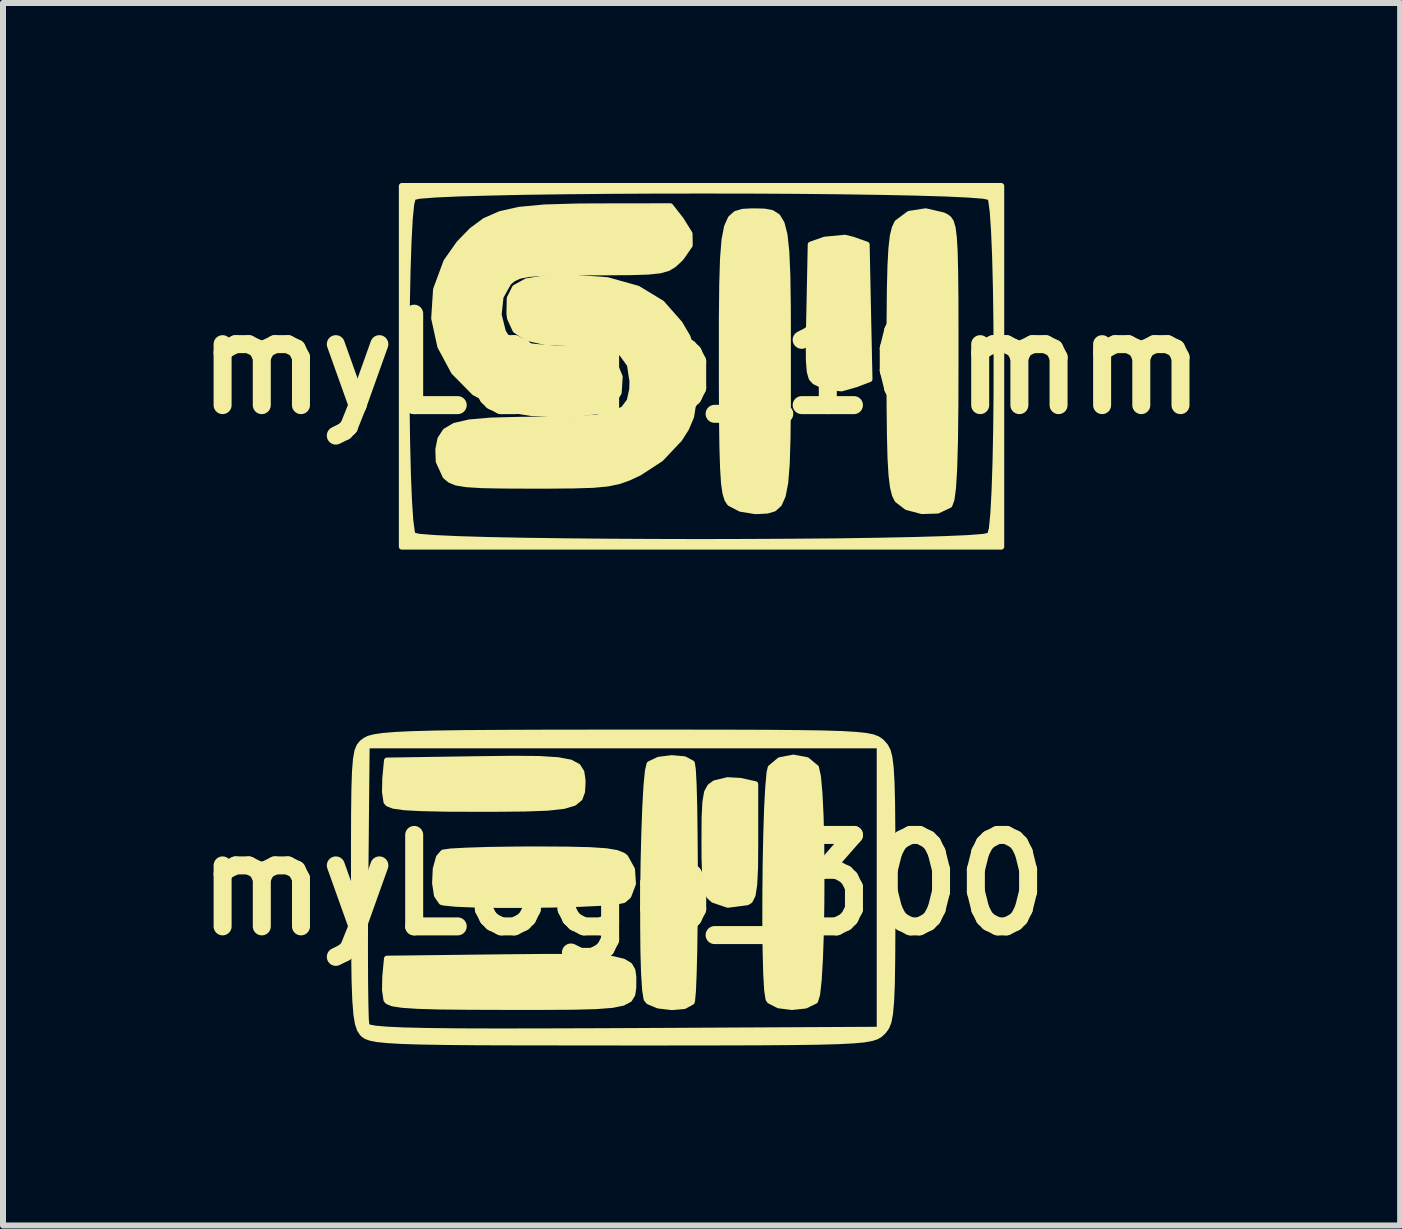
<source format=kicad_pcb>
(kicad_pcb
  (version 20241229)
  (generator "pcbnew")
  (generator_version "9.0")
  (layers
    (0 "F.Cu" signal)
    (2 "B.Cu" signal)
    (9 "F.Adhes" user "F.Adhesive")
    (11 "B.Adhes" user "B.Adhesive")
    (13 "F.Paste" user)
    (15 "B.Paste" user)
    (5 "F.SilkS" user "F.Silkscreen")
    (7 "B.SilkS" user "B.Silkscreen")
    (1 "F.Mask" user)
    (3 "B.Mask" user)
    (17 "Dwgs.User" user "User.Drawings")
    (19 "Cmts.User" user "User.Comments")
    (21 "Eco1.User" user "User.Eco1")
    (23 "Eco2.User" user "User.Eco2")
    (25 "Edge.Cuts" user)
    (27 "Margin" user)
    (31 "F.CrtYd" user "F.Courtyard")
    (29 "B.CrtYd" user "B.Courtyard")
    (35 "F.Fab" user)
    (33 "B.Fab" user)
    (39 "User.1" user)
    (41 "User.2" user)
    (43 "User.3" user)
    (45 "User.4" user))
  (footprint "myLogo_300"
    (layer "F.Cu")
    (at 7.337 11.701)
    (property "Reference" "myLogo_300" (at 0 0 0) (layer "F.SilkS") (effects (font (size 1.524 1.524) (thickness 0.3))))
    (attr through_hole)
    (fp_poly (pts (xy 2.201 -0.722) (xy 2.198 -0.295) (xy 2.184 -0.008) (xy 2.157 0.167) (xy 2.112 0.258) (xy 2.067 0.287) (xy 1.744 0.329) (xy 1.503 0.247) (xy 1.435 0.184) (xy 1.391 0.07) (xy 1.367 -0.129) (xy 1.356 -0.445) (xy 1.355 -0.721) (xy 1.357 -1.12) (xy 1.37 -1.383) (xy 1.398 -1.545) (xy 1.448 -1.637) (xy 1.525 -1.694) (xy 1.529 -1.696) (xy 1.739 -1.747) (xy 1.952 -1.735) (xy 2.201 -1.68) (xy 2.201 -0.722)) (stroke (width 0.1) (type solid)) (fill yes) (layer "F.SilkS"))
    (fp_poly (pts (xy -0.677 -1.7) (xy -0.686 -1.554) (xy -0.726 -1.446) (xy -0.82 -1.369) (xy -0.989 -1.319) (xy -1.255 -1.289) (xy -1.638 -1.275) (xy -2.162 -1.27) (xy -2.39 -1.27) (xy -2.95 -1.272) (xy -3.361 -1.281) (xy -3.646 -1.296) (xy -3.825 -1.321) (xy -3.919 -1.357) (xy -3.946 -1.389) (xy -3.97 -1.552) (xy -3.965 -1.783) (xy -3.964 -1.791) (xy -3.937 -2.074) (xy -2.424 -2.097) (xy -1.838 -2.104) (xy -1.399 -2.1) (xy -1.087 -2.08) (xy -0.88 -2.041) (xy -0.757 -1.976) (xy -0.697 -1.881) (xy -0.678 -1.751) (xy -0.677 -1.7)) (stroke (width 0.1) (type solid)) (fill yes) (layer "F.SilkS"))
    (fp_poly (pts (xy 0.163 -0.022) (xy 0.087 0.18) (xy 0.006 0.251) (xy -0.125 0.277) (xy -0.39 0.298) (xy -0.752 0.315) (xy -1.177 0.326) (xy -1.628 0.332) (xy -2.07 0.332) (xy -2.468 0.326) (xy -2.785 0.313) (xy -2.986 0.293) (xy -3.027 0.283) (xy -3.104 0.172) (xy -3.135 -0.033) (xy -3.124 -0.267) (xy -3.071 -0.46) (xy -2.999 -0.541) (xy -2.872 -0.559) (xy -2.607 -0.573) (xy -2.237 -0.585) (xy -1.793 -0.591) (xy -1.481 -0.593) (xy -0.947 -0.59) (xy -0.558 -0.581) (xy -0.288 -0.563) (xy -0.112 -0.534) (xy -0.005 -0.492) (xy 0.036 -0.46) (xy 0.147 -0.259) (xy 0.163 -0.022)) (stroke (width 0.1) (type solid)) (fill yes) (layer "F.SilkS"))
    (fp_poly (pts (xy 0.169 1.57) (xy 0.168 1.713) (xy 0.152 1.823) (xy 0.102 1.905) (xy -0.004 1.962) (xy -0.183 1.998) (xy -0.456 2.019) (xy -0.842 2.029) (xy -1.362 2.032) (xy -1.917 2.032) (xy -2.565 2.03) (xy -3.063 2.025) (xy -3.429 2.014) (xy -3.682 1.997) (xy -3.84 1.973) (xy -3.923 1.94) (xy -3.946 1.913) (xy -3.97 1.75) (xy -3.965 1.519) (xy -3.964 1.511) (xy -3.937 1.228) (xy -2 1.205) (xy -1.338 1.199) (xy -0.826 1.199) (xy -0.445 1.211) (xy -0.176 1.235) (xy 0.001 1.277) (xy 0.105 1.339) (xy 0.154 1.423) (xy 0.169 1.535) (xy 0.169 1.57)) (stroke (width 0.1) (type solid)) (fill yes) (layer "F.SilkS"))
    (fp_poly (pts (xy 3.305 -0.208) (xy 3.303 0.297) (xy 3.295 0.783) (xy 3.28 1.22) (xy 3.259 1.578) (xy 3.232 1.825) (xy 3.2 1.93) (xy 3.038 2.009) (xy 2.812 2.033) (xy 2.59 2.005) (xy 2.442 1.929) (xy 2.422 1.898) (xy 2.4 1.755) (xy 2.384 1.477) (xy 2.374 1.094) (xy 2.369 0.64) (xy 2.37 0.143) (xy 2.375 -0.363) (xy 2.385 -0.849) (xy 2.399 -1.283) (xy 2.418 -1.633) (xy 2.439 -1.869) (xy 2.458 -1.953) (xy 2.61 -2.08) (xy 2.836 -2.123) (xy 3.061 -2.081) (xy 3.214 -1.954) (xy 3.214 -1.953) (xy 3.246 -1.81) (xy 3.271 -1.533) (xy 3.29 -1.154) (xy 3.301 -0.702) (xy 3.305 -0.208)) (stroke (width 0.1) (type solid)) (fill yes) (layer "F.SilkS"))
    (fp_poly (pts (xy 1.194 0.12) (xy 1.191 0.62) (xy 1.185 1.08) (xy 1.175 1.471) (xy 1.163 1.764) (xy 1.148 1.928) (xy 1.141 1.95) (xy 1.016 2.018) (xy 0.807 2.035) (xy 0.585 2.008) (xy 0.424 1.941) (xy 0.39 1.898) (xy 0.366 1.75) (xy 0.348 1.47) (xy 0.337 1.089) (xy 0.333 0.636) (xy 0.334 0.142) (xy 0.34 -0.364) (xy 0.352 -0.851) (xy 0.368 -1.29) (xy 0.388 -1.65) (xy 0.412 -1.901) (xy 0.439 -2.014) (xy 0.44 -2.015) (xy 0.592 -2.087) (xy 0.812 -2.114) (xy 1.021 -2.095) (xy 1.145 -2.029) (xy 1.161 -1.921) (xy 1.174 -1.672) (xy 1.184 -1.314) (xy 1.19 -0.876) (xy 1.194 -0.388) (xy 1.194 0.12)) (stroke (width 0.1) (type solid)) (fill yes) (layer "F.SilkS"))
    (fp_poly (pts (xy 4.487 0.042) (xy 4.487 0.719) (xy 4.484 1.246) (xy 4.478 1.645) (xy 4.466 1.936) (xy 4.448 2.14) (xy 4.423 2.276) (xy 4.388 2.366) (xy 4.342 2.43) (xy 4.318 2.455) (xy 4.276 2.493) (xy 4.276 2.413) (xy 4.276 0.042) (xy 4.276 -2.328) (xy 0 -2.328) (xy -4.276 -2.328) (xy -4.298 -0.044) (xy -4.303 0.565) (xy -4.304 1.121) (xy -4.302 1.601) (xy -4.297 1.981) (xy -4.29 2.238) (xy -4.279 2.349) (xy -4.279 2.349) (xy -4.238 2.374) (xy -4.128 2.395) (xy -3.937 2.411) (xy -3.654 2.424) (xy -3.265 2.433) (xy -2.76 2.439) (xy -2.126 2.441) (xy -1.352 2.44) (xy -0.426 2.437) (xy 0.019 2.435) (xy 4.276 2.413) (xy 4.276 2.493) (xy 4.275 2.494) (xy 4.219 2.526) (xy 4.137 2.552) (xy 4.013 2.574) (xy 3.833 2.59) (xy 3.582 2.603) (xy 3.247 2.612) (xy 2.812 2.618) (xy 2.264 2.622) (xy 1.587 2.624) (xy 0.767 2.625) (xy -0.029 2.625) (xy -0.98 2.624) (xy -1.776 2.623) (xy -2.431 2.621) (xy -2.96 2.616) (xy -3.377 2.609) (xy -3.696 2.599) (xy -3.933 2.585) (xy -4.1 2.568) (xy -4.212 2.546) (xy -4.285 2.519) (xy -4.331 2.486) (xy -4.347 2.47) (xy -4.389 2.406) (xy -4.422 2.307) (xy -4.447 2.153) (xy -4.465 1.924) (xy -4.477 1.601) (xy -4.483 1.163) (xy -4.487 0.592) (xy -4.487 0.019) (xy -4.487 -0.663) (xy -4.485 -1.196) (xy -4.48 -1.6) (xy -4.47 -1.893) (xy -4.454 -2.097) (xy -4.43 -2.231) (xy -4.396 -2.314) (xy -4.352 -2.368) (xy -4.299 -2.408) (xy -4.239 -2.439) (xy -4.142 -2.464) (xy -3.996 -2.485) (xy -3.785 -2.502) (xy -3.496 -2.515) (xy -3.114 -2.525) (xy -2.625 -2.532) (xy -2.016 -2.536) (xy -1.27 -2.539) (xy -0.376 -2.54) (xy 0.019 -2.54) (xy 0.962 -2.54) (xy 1.75 -2.539) (xy 2.398 -2.537) (xy 2.921 -2.532) (xy 3.332 -2.526) (xy 3.647 -2.516) (xy 3.88 -2.502) (xy 4.046 -2.485) (xy 4.159 -2.462) (xy 4.234 -2.434) (xy 4.286 -2.4) (xy 4.318 -2.371) (xy 4.369 -2.312) (xy 4.409 -2.236) (xy 4.438 -2.122) (xy 4.459 -1.95) (xy 4.473 -1.7) (xy 4.482 -1.351) (xy 4.486 -0.882) (xy 4.487 -0.273) (xy 4.487 0.042)) (stroke (width 0.1) (type solid)) (fill yes) (layer "F.SilkS")))
  (footprint "myLogo_10mm"
    (layer "F.Cu")
    (at 8.643 3.013)
    (property "Reference" "myLogo_10mm" (at 0 0 0) (layer "F.SilkS") (effects (font (size 1.524 1.524) (thickness 0.3))))
    (attr through_hole)
    (fp_poly (pts (xy 2.799 0.256) (xy 2.579 0.34) (xy 2.334 0.41) (xy 2.124 0.391) (xy 1.966 0.335) (xy 1.888 0.297) (xy 1.835 0.239) (xy 1.804 0.131) (xy 1.789 -0.054) (xy 1.787 -0.347) (xy 1.795 -0.776) (xy 1.797 -0.864) (xy 1.82 -1.986) (xy 2.053 -2.068) (xy 2.388 -2.1) (xy 2.519 -2.068) (xy 2.752 -1.986) (xy 2.775 -0.865) (xy 2.799 0.256)) (stroke (width 0.1) (type solid)) (fill yes) (layer "F.SilkS"))
    (fp_poly (pts (xy 4.233 -0.056) (xy 4.231 0.697) (xy 4.224 1.293) (xy 4.211 1.744) (xy 4.192 2.063) (xy 4.166 2.262) (xy 4.133 2.352) (xy 4.132 2.354) (xy 3.936 2.447) (xy 3.673 2.455) (xy 3.421 2.388) (xy 3.264 2.267) (xy 3.223 2.184) (xy 3.191 2.056) (xy 3.167 1.861) (xy 3.15 1.581) (xy 3.14 1.193) (xy 3.134 0.679) (xy 3.133 0.018) (xy 3.133 -0.042) (xy 3.134 -0.717) (xy 3.139 -1.242) (xy 3.149 -1.638) (xy 3.165 -1.927) (xy 3.188 -2.127) (xy 3.22 -2.26) (xy 3.261 -2.346) (xy 3.264 -2.352) (xy 3.461 -2.498) (xy 3.735 -2.541) (xy 4.025 -2.474) (xy 4.07 -2.452) (xy 4.118 -2.419) (xy 4.156 -2.363) (xy 4.185 -2.265) (xy 4.205 -2.107) (xy 4.219 -1.868) (xy 4.227 -1.529) (xy 4.232 -1.071) (xy 4.233 -0.475) (xy 4.233 -0.056)) (stroke (width 0.1) (type solid)) (fill yes) (layer "F.SilkS"))
    (fp_poly (pts (xy 1.439 -0.042) (xy 1.439 0.673) (xy 1.433 1.236) (xy 1.42 1.666) (xy 1.395 1.981) (xy 1.353 2.199) (xy 1.291 2.337) (xy 1.206 2.414) (xy 1.092 2.447) (xy 0.946 2.455) (xy 0.889 2.455) (xy 0.652 2.417) (xy 0.474 2.325) (xy 0.472 2.322) (xy 0.431 2.261) (xy 0.399 2.158) (xy 0.375 1.991) (xy 0.359 1.743) (xy 0.348 1.393) (xy 0.341 0.922) (xy 0.339 0.311) (xy 0.339 -0.042) (xy 0.339 -0.757) (xy 0.345 -1.321) (xy 0.358 -1.751) (xy 0.383 -2.066) (xy 0.425 -2.283) (xy 0.487 -2.421) (xy 0.572 -2.498) (xy 0.686 -2.532) (xy 0.832 -2.54) (xy 0.889 -2.54) (xy 1.047 -2.536) (xy 1.171 -2.513) (xy 1.265 -2.453) (xy 1.335 -2.338) (xy 1.383 -2.149) (xy 1.413 -1.868) (xy 1.43 -1.479) (xy 1.438 -0.962) (xy 1.439 -0.3) (xy 1.439 -0.042)) (stroke (width 0.1) (type solid)) (fill yes) (layer "F.SilkS"))
    (fp_poly (pts (xy -0.197 -1.976) (xy -0.338 -1.772) (xy -0.377 -1.732) (xy -0.465 -1.651) (xy -0.56 -1.594) (xy -0.692 -1.557) (xy -0.891 -1.536) (xy -1.187 -1.527) (xy -1.611 -1.524) (xy -1.816 -1.524) (xy -2.303 -1.522) (xy -2.65 -1.514) (xy -2.886 -1.496) (xy -3.041 -1.465) (xy -3.143 -1.417) (xy -3.217 -1.355) (xy -3.35 -1.117) (xy -3.382 -0.817) (xy -3.311 -0.533) (xy -3.267 -0.461) (xy -3.178 -0.378) (xy -3.031 -0.322) (xy -2.791 -0.283) (xy -2.421 -0.253) (xy -2.367 -0.25) (xy -1.978 -0.22) (xy -1.722 -0.181) (xy -1.566 -0.126) (xy -1.475 -0.047) (xy -1.472 -0.043) (xy -1.364 0.216) (xy -1.381 0.483) (xy -1.515 0.694) (xy -1.543 0.715) (xy -1.747 0.79) (xy -2.065 0.833) (xy -2.446 0.843) (xy -2.836 0.821) (xy -3.183 0.766) (xy -3.333 0.723) (xy -3.785 0.48) (xy -4.128 0.132) (xy -4.354 -0.29) (xy -4.456 -0.757) (xy -4.425 -1.237) (xy -4.254 -1.7) (xy -4.04 -2.004) (xy -3.828 -2.222) (xy -3.611 -2.382) (xy -3.356 -2.494) (xy -3.036 -2.566) (xy -2.62 -2.605) (xy -2.077 -2.621) (xy -1.805 -2.623) (xy -0.52 -2.625) (xy -0.345 -2.402) (xy -0.2 -2.168) (xy -0.197 -1.976)) (stroke (width 0.1) (type solid)) (fill yes) (layer "F.SilkS"))
    (fp_poly (pts (xy -0.127 0.297) (xy -0.136 0.641) (xy -0.174 0.88) (xy -0.258 1.078) (xy -0.369 1.253) (xy -0.681 1.583) (xy -1.042 1.818) (xy -1.216 1.899) (xy -1.379 1.957) (xy -1.564 1.995) (xy -1.805 2.018) (xy -2.136 2.028) (xy -2.589 2.032) (xy -2.798 2.032) (xy -3.305 2.03) (xy -3.67 2.023) (xy -3.921 2.007) (xy -4.085 1.98) (xy -4.189 1.938) (xy -4.262 1.878) (xy -4.269 1.871) (xy -4.38 1.628) (xy -4.387 1.428) (xy -4.352 1.254) (xy -4.268 1.125) (xy -4.115 1.035) (xy -3.869 0.978) (xy -3.509 0.947) (xy -3.012 0.934) (xy -2.74 0.933) (xy -2.18 0.925) (xy -1.768 0.899) (xy -1.481 0.845) (xy -1.298 0.755) (xy -1.197 0.619) (xy -1.156 0.43) (xy -1.151 0.296) (xy -1.193 0.015) (xy -1.331 -0.176) (xy -1.584 -0.289) (xy -1.973 -0.336) (xy -2.147 -0.34) (xy -2.601 -0.362) (xy -2.911 -0.432) (xy -3.101 -0.561) (xy -3.191 -0.758) (xy -3.202 -0.835) (xy -3.197 -1.092) (xy -3.109 -1.267) (xy -2.916 -1.374) (xy -2.596 -1.427) (xy -2.209 -1.439) (xy -1.572 -1.393) (xy -1.063 -1.251) (xy -0.663 -1.008) (xy -0.365 -0.669) (xy -0.234 -0.446) (xy -0.162 -0.234) (xy -0.132 0.032) (xy -0.127 0.297)) (stroke (width 0.1) (type solid)) (fill yes) (layer "F.SilkS"))
    (fp_poly (pts (xy 4.995 3.048) (xy 4.918 3.048) (xy 4.918 -0.085) (xy 4.915 -0.684) (xy 4.907 -1.254) (xy 4.894 -1.768) (xy 4.876 -2.202) (xy 4.854 -2.531) (xy 4.827 -2.731) (xy 4.809 -2.777) (xy 4.703 -2.8) (xy 4.447 -2.82) (xy 4.058 -2.838) (xy 3.557 -2.853) (xy 2.962 -2.865) (xy 2.291 -2.875) (xy 1.564 -2.882) (xy 0.798 -2.886) (xy 0.014 -2.887) (xy -0.771 -2.886) (xy -1.537 -2.882) (xy -2.267 -2.875) (xy -2.94 -2.866) (xy -3.538 -2.853) (xy -4.043 -2.839) (xy -4.435 -2.821) (xy -4.697 -2.801) (xy -4.808 -2.778) (xy -4.809 -2.777) (xy -4.839 -2.664) (xy -4.864 -2.408) (xy -4.884 -2.031) (xy -4.9 -1.56) (xy -4.911 -1.02) (xy -4.917 -0.435) (xy -4.918 0.17) (xy -4.915 0.769) (xy -4.907 1.338) (xy -4.894 1.853) (xy -4.876 2.287) (xy -4.854 2.616) (xy -4.827 2.815) (xy -4.809 2.862) (xy -4.703 2.885) (xy -4.447 2.905) (xy -4.058 2.923) (xy -3.557 2.938) (xy -2.962 2.95) (xy -2.291 2.959) (xy -1.564 2.966) (xy -0.798 2.97) (xy -0.014 2.972) (xy 0.771 2.97) (xy 1.537 2.966) (xy 2.267 2.96) (xy 2.94 2.95) (xy 3.538 2.938) (xy 4.043 2.923) (xy 4.435 2.906) (xy 4.697 2.886) (xy 4.808 2.863) (xy 4.809 2.862) (xy 4.839 2.749) (xy 4.864 2.492) (xy 4.884 2.116) (xy 4.9 1.645) (xy 4.911 1.105) (xy 4.917 0.52) (xy 4.918 -0.085) (xy 4.918 3.048) (xy 0 3.048) (xy -4.995 3.048) (xy -4.995 0.042) (xy -4.995 -2.963) (xy 0 -2.963) (xy 4.995 -2.963) (xy 4.995 0.042) (xy 4.995 3.048)) (stroke (width 0.1) (type solid)) (fill yes) (layer "F.SilkS")))
  (gr_rect
    (start -3 -3)
    (end 20.287 17.376)
    (stroke (width 0.1) (type default))
    (fill no)
    (layer "Edge.Cuts")))
</source>
